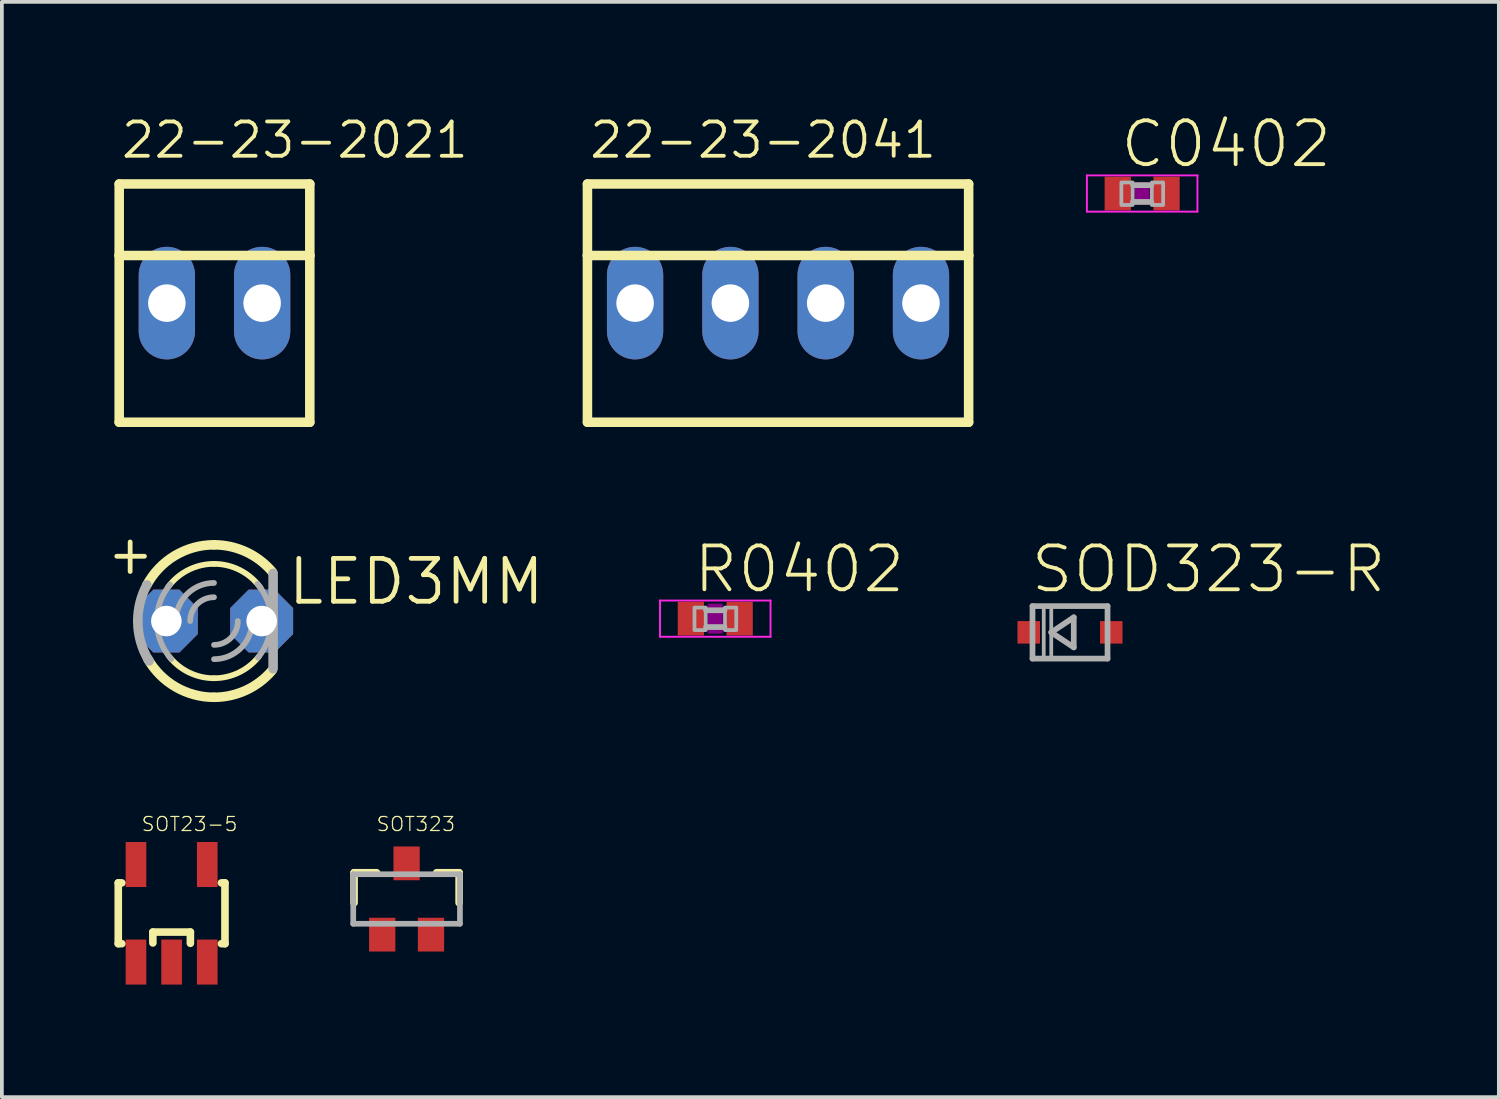
<source format=kicad_pcb>
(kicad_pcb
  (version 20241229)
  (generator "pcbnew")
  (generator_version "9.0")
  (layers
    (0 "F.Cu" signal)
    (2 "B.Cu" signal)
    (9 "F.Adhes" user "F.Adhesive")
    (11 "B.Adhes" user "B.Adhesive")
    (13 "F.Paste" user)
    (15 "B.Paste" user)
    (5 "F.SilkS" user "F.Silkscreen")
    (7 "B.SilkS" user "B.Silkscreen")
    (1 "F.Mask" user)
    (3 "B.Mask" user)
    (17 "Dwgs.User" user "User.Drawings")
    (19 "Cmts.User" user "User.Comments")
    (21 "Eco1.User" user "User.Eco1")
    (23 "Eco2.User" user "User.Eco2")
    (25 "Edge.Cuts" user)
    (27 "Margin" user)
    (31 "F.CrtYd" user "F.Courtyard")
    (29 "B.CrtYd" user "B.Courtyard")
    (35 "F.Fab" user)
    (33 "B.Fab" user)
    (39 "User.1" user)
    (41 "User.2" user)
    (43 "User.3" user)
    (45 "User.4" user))
  (footprint "22-23-2021"
    (layer "F.Cu")
    (at 2.667 5.029)
    (property "Reference" "22-23-2021" (at -2.54 -3.81 0) (layer "F.SilkS") (effects (font (size 0.914 0.914) (thickness 0.102)) (justify left bottom)))
    (fp_line (start -2.54 -3.175) (end 2.54 -3.175) (stroke (width 0.254) (type solid)) (layer "F.SilkS"))
    (fp_line (start -2.54 -1.27) (end -2.54 -3.175) (stroke (width 0.254) (type solid)) (layer "F.SilkS"))
    (fp_line (start -2.54 -1.27) (end 2.54 -1.27) (stroke (width 0.254) (type solid)) (layer "F.SilkS"))
    (fp_line (start -2.54 3.175) (end -2.54 -1.27) (stroke (width 0.254) (type solid)) (layer "F.SilkS"))
    (fp_line (start 2.54 -3.175) (end 2.54 -1.27) (stroke (width 0.254) (type solid)) (layer "F.SilkS"))
    (fp_line (start 2.54 -1.27) (end 2.54 3.175) (stroke (width 0.254) (type solid)) (layer "F.SilkS"))
    (fp_line (start 2.54 3.175) (end -2.54 3.175) (stroke (width 0.254) (type solid)) (layer "F.SilkS"))
    (pad "1" thru_hole oval (at -1.27 0 90) (size 3 1.5) (drill 1) (layers "*.Cu" "*.Mask"))
    (pad "2" thru_hole oval (at 1.27 0 90) (size 3 1.5) (drill 1) (layers "*.Cu" "*.Mask")))
  (footprint "SOD323-R"
    (layer "F.Cu")
    (at 25.469 13.804)
    (property "Reference" "SOD323-R" (at -1.1 -1 0) (layer "F.SilkS") (effects (font (size 1.168 1.168) (thickness 0.102)) (justify left bottom)))
    (fp_line (start -1 -0.7) (end 1 -0.7) (stroke (width 0.152) (type solid)) (layer "F.Fab"))
    (fp_line (start -1 0.7) (end -1 -0.7) (stroke (width 0.152) (type solid)) (layer "F.Fab"))
    (fp_line (start -0.5 0) (end 0.1 -0.4) (stroke (width 0.152) (type solid)) (layer "F.Fab"))
    (fp_line (start 0.1 -0.4) (end 0.1 0.4) (stroke (width 0.152) (type solid)) (layer "F.Fab"))
    (fp_line (start 0.1 0.4) (end -0.5 0) (stroke (width 0.152) (type solid)) (layer "F.Fab"))
    (fp_line (start 1 -0.7) (end 1 0.7) (stroke (width 0.152) (type solid)) (layer "F.Fab"))
    (fp_line (start 1 0.7) (end -1 0.7) (stroke (width 0.152) (type solid)) (layer "F.Fab"))
    (fp_poly (pts (xy -0.7 0.7) (xy -0.5 0.7) (xy -0.5 -0.7) (xy -0.7 -0.7)) (stroke (width 0.1) (type solid)) (fill no) (layer "F.Fab"))
    (pad "A" smd rect (at 1.1 0) (size 0.6 0.6) (layers "F.Cu" "F.Mask" "F.Paste"))
    (pad "C" smd rect (at -1.1 0) (size 0.6 0.6) (layers "F.Cu" "F.Mask" "F.Paste")))
  (footprint "SOT323"
    (layer "F.Cu")
    (at 7.787 20.911)
    (property "Reference" "SOT323" (at -0.826 -1.778 0) (layer "F.SilkS") (effects (font (size 0.374 0.374) (thickness 0.033)) (justify left bottom)))
    (fp_line (start -1.4 -0.7) (end -1.4 0.1) (stroke (width 0.203) (type solid)) (layer "F.SilkS"))
    (fp_line (start -0.8 -0.7) (end -1.4 -0.7) (stroke (width 0.203) (type solid)) (layer "F.SilkS"))
    (fp_line (start 0.8 -0.7) (end 1.4 -0.7) (stroke (width 0.203) (type solid)) (layer "F.SilkS"))
    (fp_line (start 1.4 -0.7) (end 1.4 0.1) (stroke (width 0.203) (type solid)) (layer "F.SilkS"))
    (fp_line (start -1.422 -0.66) (end 1.422 -0.66) (stroke (width 0.152) (type solid)) (layer "F.Fab"))
    (fp_line (start -1.422 0.66) (end -1.422 -0.66) (stroke (width 0.152) (type solid)) (layer "F.Fab"))
    (fp_line (start 1.422 -0.66) (end 1.422 0.66) (stroke (width 0.152) (type solid)) (layer "F.Fab"))
    (fp_line (start 1.422 0.66) (end -1.422 0.66) (stroke (width 0.152) (type solid)) (layer "F.Fab"))
    (pad "1" smd rect (at 0.65 0.95) (size 0.7 0.9) (layers "F.Cu" "F.Mask" "F.Paste"))
    (pad "2" smd rect (at -0.65 0.95) (size 0.7 0.9) (layers "F.Cu" "F.Mask" "F.Paste"))
    (pad "3" smd rect (at 0 -0.95) (size 0.7 0.9) (layers "F.Cu" "F.Mask" "F.Paste")))
  (footprint "22-23-2041"
    (layer "F.Cu")
    (at 17.687 5.029)
    (property "Reference" "22-23-2041" (at -5.08 -3.81 0) (layer "F.SilkS") (effects (font (size 0.914 0.914) (thickness 0.102)) (justify left bottom)))
    (fp_line (start -5.08 -3.175) (end 5.08 -3.175) (stroke (width 0.254) (type solid)) (layer "F.SilkS"))
    (fp_line (start -5.08 -1.27) (end -5.08 -3.175) (stroke (width 0.254) (type solid)) (layer "F.SilkS"))
    (fp_line (start -5.08 -1.27) (end 5.08 -1.27) (stroke (width 0.254) (type solid)) (layer "F.SilkS"))
    (fp_line (start -5.08 3.175) (end -5.08 -1.27) (stroke (width 0.254) (type solid)) (layer "F.SilkS"))
    (fp_line (start 5.08 -3.175) (end 5.08 -1.27) (stroke (width 0.254) (type solid)) (layer "F.SilkS"))
    (fp_line (start 5.08 -1.27) (end 5.08 3.175) (stroke (width 0.254) (type solid)) (layer "F.SilkS"))
    (fp_line (start 5.08 3.175) (end -5.08 3.175) (stroke (width 0.254) (type solid)) (layer "F.SilkS"))
    (pad "1" thru_hole oval (at -3.81 0 90) (size 3 1.5) (drill 1) (layers "*.Cu" "*.Mask"))
    (pad "2" thru_hole oval (at -1.27 0 90) (size 3 1.5) (drill 1) (layers "*.Cu" "*.Mask"))
    (pad "3" thru_hole oval (at 1.27 0 90) (size 3 1.5) (drill 1) (layers "*.Cu" "*.Mask"))
    (pad "4" thru_hole oval (at 3.81 0 90) (size 3 1.5) (drill 1) (layers "*.Cu" "*.Mask")))
  (footprint "SOT23-5"
    (layer "F.Cu")
    (at 1.524 21.292)
    (property "Reference" "SOT23-5" (at -0.826 -2.159 0) (layer "F.SilkS") (effects (font (size 0.374 0.374) (thickness 0.033)) (justify left bottom)))
    (fp_line (start -1.422 -0.81) (end -1.328 -0.81) (stroke (width 0.203) (type solid)) (layer "F.SilkS"))
    (fp_line (start -1.422 0.81) (end -1.422 -0.81) (stroke (width 0.203) (type solid)) (layer "F.SilkS"))
    (fp_line (start -1.328 0.81) (end -1.422 0.81) (stroke (width 0.203) (type solid)) (layer "F.SilkS"))
    (fp_line (start -0.5 0.5) (end -0.5 0.79) (stroke (width 0.203) (type solid)) (layer "F.SilkS"))
    (fp_line (start 0.5 0.5) (end -0.5 0.5) (stroke (width 0.203) (type solid)) (layer "F.SilkS"))
    (fp_line (start 0.5 0.5) (end 0.5 0.8) (stroke (width 0.203) (type solid)) (layer "F.SilkS"))
    (fp_line (start 1.328 -0.81) (end 1.422 -0.81) (stroke (width 0.203) (type solid)) (layer "F.SilkS"))
    (fp_line (start 1.422 -0.81) (end 1.422 0.81) (stroke (width 0.203) (type solid)) (layer "F.SilkS"))
    (fp_line (start 1.422 0.81) (end 1.328 0.81) (stroke (width 0.203) (type solid)) (layer "F.SilkS"))
    (pad "1" smd rect (at -0.95 1.3) (size 0.55 1.2) (layers "F.Cu" "F.Mask" "F.Paste"))
    (pad "2" smd rect (at 0 1.3) (size 0.55 1.2) (layers "F.Cu" "F.Mask" "F.Paste"))
    (pad "3" smd rect (at 0.95 1.3) (size 0.55 1.2) (layers "F.Cu" "F.Mask" "F.Paste"))
    (pad "4" smd rect (at 0.95 -1.3) (size 0.55 1.2) (layers "F.Cu" "F.Mask" "F.Paste"))
    (pad "5" smd rect (at -0.95 -1.3) (size 0.55 1.2) (layers "F.Cu" "F.Mask" "F.Paste")))
  (footprint "LED3MM"
    (layer "F.Cu")
    (at 2.654 13.503)
    (property "Reference" "LED3MM" (at 1.905 -0.381 0) (layer "F.SilkS") (effects (font (size 1.143 1.143) (thickness 0.127)) (justify left bottom)))
    (fp_line (start -2.591 -1.727) (end -1.854 -1.727) (stroke (width 0.127) (type solid)) (layer "F.SilkS"))
    (fp_line (start -2.235 -1.321) (end -2.235 -2.108) (stroke (width 0.127) (type solid)) (layer "F.SilkS"))
    (fp_arc (start -1.7929 -0.9562) (mid -1.045438 -1.7424) (end 0 -2.032) (stroke (width 0.254) (type solid)) (layer "F.SilkS"))
    (fp_arc (start -1.2192 -0.9144) (mid -0.681554 -1.363107) (end 0 -1.524) (stroke (width 0.1524) (type solid)) (layer "F.SilkS"))
    (fp_arc (start 0 -2.032) (mid 0.861864 -1.840173) (end 1.561 -1.3009) (stroke (width 0.254) (type solid)) (layer "F.SilkS"))
    (fp_arc (start 0 -1.524) (mid 0.697339 -1.355082) (end 1.2401 -0.885801) (stroke (width 0.1524) (type solid)) (layer "F.SilkS"))
    (fp_arc (start 0 1.524) (mid -0.669593 1.369018) (end -1.203 0.9356) (stroke (width 0.1524) (type solid)) (layer "F.SilkS"))
    (fp_arc (start 0 2.032) (mid -1.019924 1.757525) (end -1.7643 1.0082) (stroke (width 0.254) (type solid)) (layer "F.SilkS"))
    (fp_arc (start 1.203 0.9356) (mid 0.669593 1.369018) (end 0 1.524) (stroke (width 0.1524) (type solid)) (layer "F.SilkS"))
    (fp_arc (start 1.5512 1.3126) (mid 0.854953 1.843405) (end 0 2.032) (stroke (width 0.254) (type solid)) (layer "F.SilkS"))
    (fp_line (start 1.575 1.27) (end 1.575 -1.27) (stroke (width 0.254) (type solid)) (layer "F.Fab"))
    (fp_arc (start -2.032 0) (mid -1.970339 -0.496775) (end -1.7891 -0.9634) (stroke (width 0.254) (type solid)) (layer "F.Fab"))
    (fp_arc (start -1.7306 1.065) (mid -1.95521 0.553417) (end -2.032 0) (stroke (width 0.254) (type solid)) (layer "F.Fab"))
    (fp_arc (start -1.524 0) (mid -1.432981 -0.518783) (end -1.1708 -0.9756) (stroke (width 0.1524) (type solid)) (layer "F.Fab"))
    (fp_arc (start -1.1391 1.0125) (mid -1.42454 0.5416) (end -1.524 0) (stroke (width 0.1524) (type solid)) (layer "F.Fab"))
    (fp_arc (start -1.016 0) (mid -0.71842 -0.71842) (end 0 -1.016) (stroke (width 0.1524) (type solid)) (layer "F.Fab"))
    (fp_arc (start -0.635 0) (mid -0.449013 -0.449013) (end 0 -0.635) (stroke (width 0.1524) (type solid)) (layer "F.Fab"))
    (fp_arc (start 0.635 0) (mid 0.449013 0.449013) (end 0 0.635) (stroke (width 0.1524) (type solid)) (layer "F.Fab"))
    (fp_arc (start 1.016 0) (mid 0.71842 0.71842) (end 0 1.016) (stroke (width 0.1524) (type solid)) (layer "F.Fab"))
    (fp_arc (start 1.1571 -0.9918) (mid 1.429332 -0.528744) (end 1.524 0) (stroke (width 0.1524) (type solid)) (layer "F.Fab"))
    (fp_arc (start 1.524 0) (mid 1.432981 0.518783) (end 1.1708 0.9756) (stroke (width 0.1524) (type solid)) (layer "F.Fab"))
    (pad "A" thru_hole roundrect (at -1.27 0) (size 1.676 1.676) (drill 0.813) (layers "*.Cu" "*.Mask") (roundrect_rratio 0.25) (chamfer_ratio 0.293) (chamfer top_left top_right bottom_left bottom_right))
    (pad "K" thru_hole roundrect (at 1.27 0) (size 1.676 1.676) (drill 0.813) (layers "*.Cu" "*.Mask") (roundrect_rratio 0.25) (chamfer_ratio 0.293) (chamfer top_left top_right bottom_left bottom_right)))
  (footprint "C0402"
    (layer "F.Cu")
    (at 27.392 2.108)
    (property "Reference" "C0402" (at -0.635 -0.635 0) (layer "F.SilkS") (effects (font (size 1.168 1.168) (thickness 0.102)) (justify left bottom)))
    (fp_poly (pts (xy -0.2 0.3) (xy 0.2 0.3) (xy 0.2 -0.3) (xy -0.2 -0.3)) (stroke (width 0) (type solid)) (fill yes) (layer "F.Adhes"))
    (fp_line (start -1.473 -0.483) (end 1.473 -0.483) (stroke (width 0.051) (type solid)) (layer "F.CrtYd"))
    (fp_line (start -1.473 0.483) (end -1.473 -0.483) (stroke (width 0.051) (type solid)) (layer "F.CrtYd"))
    (fp_line (start 1.473 -0.483) (end 1.473 0.483) (stroke (width 0.051) (type solid)) (layer "F.CrtYd"))
    (fp_line (start 1.473 0.483) (end -1.473 0.483) (stroke (width 0.051) (type solid)) (layer "F.CrtYd"))
    (fp_line (start -0.245 -0.224) (end 0.245 -0.224) (stroke (width 0.152) (type solid)) (layer "F.Fab"))
    (fp_line (start 0.245 0.224) (end -0.245 0.224) (stroke (width 0.152) (type solid)) (layer "F.Fab"))
    (fp_poly (pts (xy -0.554 0.305) (xy -0.254 0.305) (xy -0.254 -0.295) (xy -0.554 -0.295)) (stroke (width 0.1) (type solid)) (fill no) (layer "F.Fab"))
    (fp_poly (pts (xy 0.259 0.305) (xy 0.559 0.305) (xy 0.559 -0.295) (xy 0.259 -0.295)) (stroke (width 0.1) (type solid)) (fill no) (layer "F.Fab"))
    (pad "1" smd rect (at -0.65 0) (size 0.7 0.9) (layers "F.Cu" "F.Mask" "F.Paste"))
    (pad "2" smd rect (at 0.65 0) (size 0.7 0.9) (layers "F.Cu" "F.Mask" "F.Paste")))
  (footprint "R0402"
    (layer "F.Cu")
    (at 16.014 13.439)
    (property "Reference" "R0402" (at -0.635 -0.635 0) (layer "F.SilkS") (effects (font (size 1.168 1.168) (thickness 0.102)) (justify left bottom)))
    (fp_poly (pts (xy -0.2 0.4) (xy 0.2 0.4) (xy 0.2 -0.4) (xy -0.2 -0.4)) (stroke (width 0) (type solid)) (fill yes) (layer "F.Adhes"))
    (fp_line (start -1.473 -0.483) (end 1.473 -0.483) (stroke (width 0.051) (type solid)) (layer "F.CrtYd"))
    (fp_line (start -1.473 0.483) (end -1.473 -0.483) (stroke (width 0.051) (type solid)) (layer "F.CrtYd"))
    (fp_line (start 1.473 -0.483) (end 1.473 0.483) (stroke (width 0.051) (type solid)) (layer "F.CrtYd"))
    (fp_line (start 1.473 0.483) (end -1.473 0.483) (stroke (width 0.051) (type solid)) (layer "F.CrtYd"))
    (fp_line (start -0.245 -0.224) (end 0.245 -0.224) (stroke (width 0.152) (type solid)) (layer "F.Fab"))
    (fp_line (start 0.245 0.224) (end -0.245 0.224) (stroke (width 0.152) (type solid)) (layer "F.Fab"))
    (fp_poly (pts (xy -0.554 0.305) (xy -0.254 0.305) (xy -0.254 -0.295) (xy -0.554 -0.295)) (stroke (width 0.1) (type solid)) (fill no) (layer "F.Fab"))
    (fp_poly (pts (xy 0.259 0.305) (xy 0.559 0.305) (xy 0.559 -0.295) (xy 0.259 -0.295)) (stroke (width 0.1) (type solid)) (fill no) (layer "F.Fab"))
    (pad "1" smd rect (at -0.65 0) (size 0.7 0.9) (layers "F.Cu" "F.Mask" "F.Paste"))
    (pad "2" smd rect (at 0.65 0) (size 0.7 0.9) (layers "F.Cu" "F.Mask" "F.Paste")))
  (gr_rect
    (start -3 -3)
    (end 36.899 26.192)
    (stroke (width 0.1) (type default))
    (fill no)
    (layer "Edge.Cuts")))
</source>
